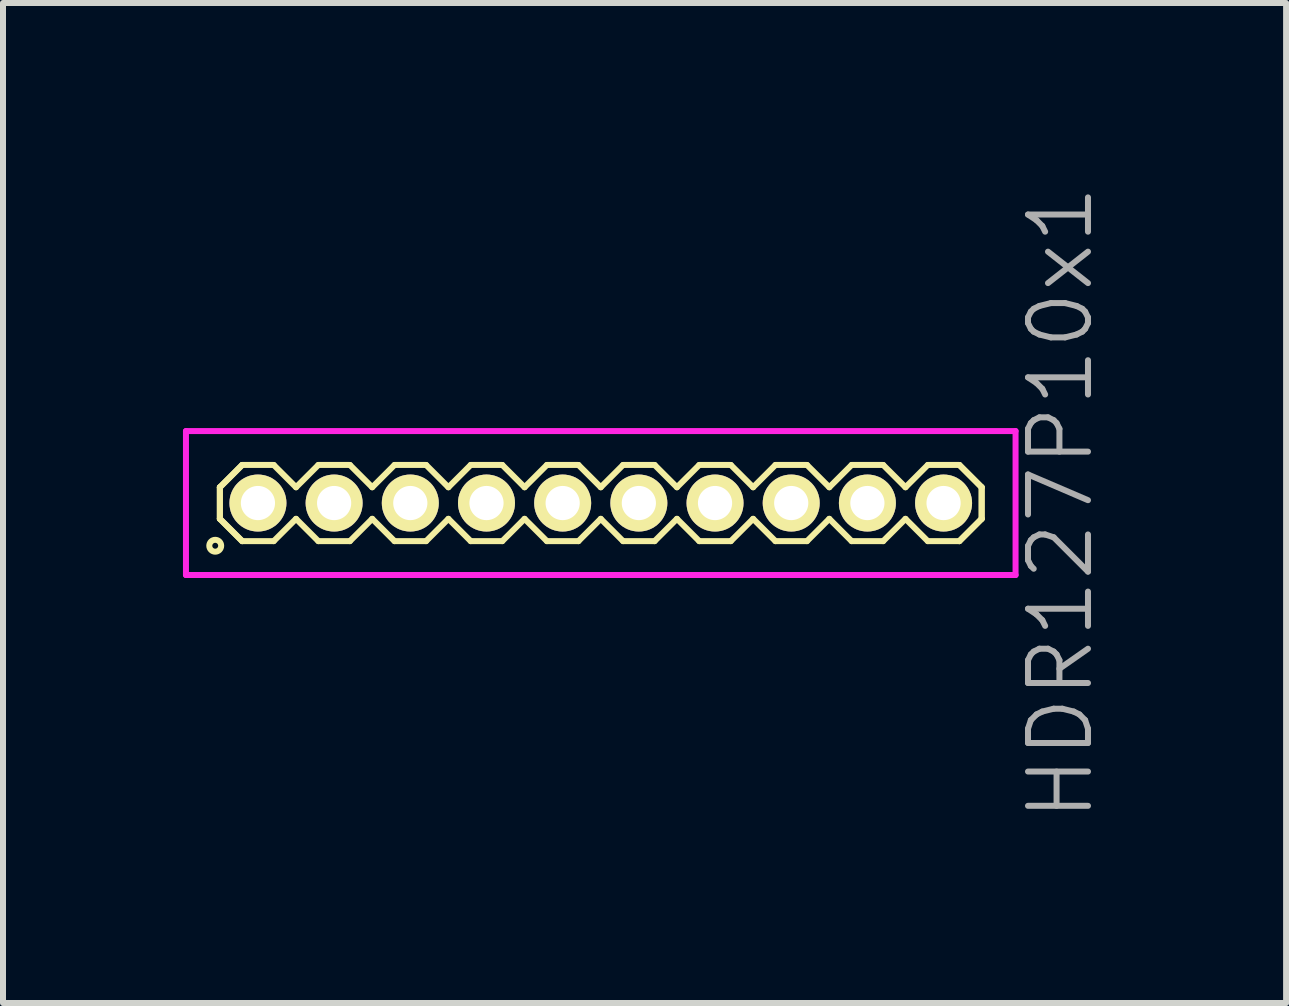
<source format=kicad_pcb>
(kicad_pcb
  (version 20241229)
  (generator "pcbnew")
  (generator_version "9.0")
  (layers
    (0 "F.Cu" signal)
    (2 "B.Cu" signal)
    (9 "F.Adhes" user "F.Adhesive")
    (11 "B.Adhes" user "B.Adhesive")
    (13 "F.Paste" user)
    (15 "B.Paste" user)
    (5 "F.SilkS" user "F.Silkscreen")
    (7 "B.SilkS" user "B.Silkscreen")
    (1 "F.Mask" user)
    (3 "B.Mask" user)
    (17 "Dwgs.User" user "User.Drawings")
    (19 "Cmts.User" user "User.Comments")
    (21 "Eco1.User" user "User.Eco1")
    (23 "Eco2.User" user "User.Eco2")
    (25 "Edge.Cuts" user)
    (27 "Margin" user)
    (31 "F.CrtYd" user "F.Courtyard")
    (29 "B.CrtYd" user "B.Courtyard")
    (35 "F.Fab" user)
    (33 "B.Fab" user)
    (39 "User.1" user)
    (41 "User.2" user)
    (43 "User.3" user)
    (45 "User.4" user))
  (footprint "HDR127P10x1"
    (layer "F.Cu")
    (at 6.965 5.336)
    (property "Reference" "HDR127P10x1" (at 7.665 0 90) (layer "F.Fab") (effects (font (size 1 1) (thickness 0.1))))
    (attr through_hole)
    (fp_line (start -6.35 -0.263) (end -5.978 -0.635) (stroke (width 0.1) (type solid)) (layer "F.SilkS"))
    (fp_line (start -6.35 -0.263) (end -5.978 -0.635) (stroke (width 0.1) (type solid)) (layer "F.SilkS"))
    (fp_line (start -6.35 0.263) (end -6.35 -0.263) (stroke (width 0.1) (type solid)) (layer "F.SilkS"))
    (fp_line (start -6.35 0.263) (end -6.35 -0.263) (stroke (width 0.1) (type solid)) (layer "F.SilkS"))
    (fp_line (start -5.978 -0.635) (end -5.452 -0.635) (stroke (width 0.1) (type solid)) (layer "F.SilkS"))
    (fp_line (start -5.978 0.635) (end -6.35 0.263) (stroke (width 0.1) (type solid)) (layer "F.SilkS"))
    (fp_line (start -5.978 0.635) (end -6.35 0.263) (stroke (width 0.1) (type solid)) (layer "F.SilkS"))
    (fp_line (start -5.452 -0.635) (end -5.08 -0.263) (stroke (width 0.1) (type solid)) (layer "F.SilkS"))
    (fp_line (start -5.452 0.635) (end -5.978 0.635) (stroke (width 0.1) (type solid)) (layer "F.SilkS"))
    (fp_line (start -5.08 -0.263) (end -4.708 -0.635) (stroke (width 0.1) (type solid)) (layer "F.SilkS"))
    (fp_line (start -5.08 0.263) (end -5.452 0.635) (stroke (width 0.1) (type solid)) (layer "F.SilkS"))
    (fp_line (start -4.708 -0.635) (end -4.182 -0.635) (stroke (width 0.1) (type solid)) (layer "F.SilkS"))
    (fp_line (start -4.708 0.635) (end -5.08 0.263) (stroke (width 0.1) (type solid)) (layer "F.SilkS"))
    (fp_line (start -4.182 -0.635) (end -3.81 -0.263) (stroke (width 0.1) (type solid)) (layer "F.SilkS"))
    (fp_line (start -4.182 0.635) (end -4.708 0.635) (stroke (width 0.1) (type solid)) (layer "F.SilkS"))
    (fp_line (start -3.81 -0.263) (end -3.438 -0.635) (stroke (width 0.1) (type solid)) (layer "F.SilkS"))
    (fp_line (start -3.81 0.263) (end -4.182 0.635) (stroke (width 0.1) (type solid)) (layer "F.SilkS"))
    (fp_line (start -3.438 -0.635) (end -2.912 -0.635) (stroke (width 0.1) (type solid)) (layer "F.SilkS"))
    (fp_line (start -3.438 0.635) (end -3.81 0.263) (stroke (width 0.1) (type solid)) (layer "F.SilkS"))
    (fp_line (start -2.912 -0.635) (end -2.54 -0.263) (stroke (width 0.1) (type solid)) (layer "F.SilkS"))
    (fp_line (start -2.912 0.635) (end -3.438 0.635) (stroke (width 0.1) (type solid)) (layer "F.SilkS"))
    (fp_line (start -2.54 -0.263) (end -2.168 -0.635) (stroke (width 0.1) (type solid)) (layer "F.SilkS"))
    (fp_line (start -2.54 0.263) (end -2.912 0.635) (stroke (width 0.1) (type solid)) (layer "F.SilkS"))
    (fp_line (start -2.168 -0.635) (end -1.642 -0.635) (stroke (width 0.1) (type solid)) (layer "F.SilkS"))
    (fp_line (start -2.168 0.635) (end -2.54 0.263) (stroke (width 0.1) (type solid)) (layer "F.SilkS"))
    (fp_line (start -1.642 -0.635) (end -1.27 -0.263) (stroke (width 0.1) (type solid)) (layer "F.SilkS"))
    (fp_line (start -1.642 0.635) (end -2.168 0.635) (stroke (width 0.1) (type solid)) (layer "F.SilkS"))
    (fp_line (start -1.27 -0.263) (end -0.898 -0.635) (stroke (width 0.1) (type solid)) (layer "F.SilkS"))
    (fp_line (start -1.27 0.263) (end -1.642 0.635) (stroke (width 0.1) (type solid)) (layer "F.SilkS"))
    (fp_line (start -0.898 -0.635) (end -0.372 -0.635) (stroke (width 0.1) (type solid)) (layer "F.SilkS"))
    (fp_line (start -0.898 0.635) (end -1.27 0.263) (stroke (width 0.1) (type solid)) (layer "F.SilkS"))
    (fp_line (start -0.372 -0.635) (end 0 -0.263) (stroke (width 0.1) (type solid)) (layer "F.SilkS"))
    (fp_line (start -0.372 0.635) (end -0.898 0.635) (stroke (width 0.1) (type solid)) (layer "F.SilkS"))
    (fp_line (start 0 -0.263) (end 0.372 -0.635) (stroke (width 0.1) (type solid)) (layer "F.SilkS"))
    (fp_line (start 0 0.263) (end -0.372 0.635) (stroke (width 0.1) (type solid)) (layer "F.SilkS"))
    (fp_line (start 0.372 -0.635) (end 0.898 -0.635) (stroke (width 0.1) (type solid)) (layer "F.SilkS"))
    (fp_line (start 0.372 0.635) (end 0 0.263) (stroke (width 0.1) (type solid)) (layer "F.SilkS"))
    (fp_line (start 0.898 -0.635) (end 1.27 -0.263) (stroke (width 0.1) (type solid)) (layer "F.SilkS"))
    (fp_line (start 0.898 0.635) (end 0.372 0.635) (stroke (width 0.1) (type solid)) (layer "F.SilkS"))
    (fp_line (start 1.27 -0.263) (end 1.642 -0.635) (stroke (width 0.1) (type solid)) (layer "F.SilkS"))
    (fp_line (start 1.27 0.263) (end 0.898 0.635) (stroke (width 0.1) (type solid)) (layer "F.SilkS"))
    (fp_line (start 1.642 -0.635) (end 2.168 -0.635) (stroke (width 0.1) (type solid)) (layer "F.SilkS"))
    (fp_line (start 1.642 0.635) (end 1.27 0.263) (stroke (width 0.1) (type solid)) (layer "F.SilkS"))
    (fp_line (start 2.168 -0.635) (end 2.54 -0.263) (stroke (width 0.1) (type solid)) (layer "F.SilkS"))
    (fp_line (start 2.168 0.635) (end 1.642 0.635) (stroke (width 0.1) (type solid)) (layer "F.SilkS"))
    (fp_line (start 2.54 -0.263) (end 2.912 -0.635) (stroke (width 0.1) (type solid)) (layer "F.SilkS"))
    (fp_line (start 2.54 0.263) (end 2.168 0.635) (stroke (width 0.1) (type solid)) (layer "F.SilkS"))
    (fp_line (start 2.912 -0.635) (end 3.438 -0.635) (stroke (width 0.1) (type solid)) (layer "F.SilkS"))
    (fp_line (start 2.912 0.635) (end 2.54 0.263) (stroke (width 0.1) (type solid)) (layer "F.SilkS"))
    (fp_line (start 3.438 -0.635) (end 3.81 -0.263) (stroke (width 0.1) (type solid)) (layer "F.SilkS"))
    (fp_line (start 3.438 0.635) (end 2.912 0.635) (stroke (width 0.1) (type solid)) (layer "F.SilkS"))
    (fp_line (start 3.81 -0.263) (end 4.182 -0.635) (stroke (width 0.1) (type solid)) (layer "F.SilkS"))
    (fp_line (start 3.81 0.263) (end 3.438 0.635) (stroke (width 0.1) (type solid)) (layer "F.SilkS"))
    (fp_line (start 4.182 -0.635) (end 4.708 -0.635) (stroke (width 0.1) (type solid)) (layer "F.SilkS"))
    (fp_line (start 4.182 0.635) (end 3.81 0.263) (stroke (width 0.1) (type solid)) (layer "F.SilkS"))
    (fp_line (start 4.708 -0.635) (end 5.08 -0.263) (stroke (width 0.1) (type solid)) (layer "F.SilkS"))
    (fp_line (start 4.708 0.635) (end 4.182 0.635) (stroke (width 0.1) (type solid)) (layer "F.SilkS"))
    (fp_line (start 5.08 -0.263) (end 5.452 -0.635) (stroke (width 0.1) (type solid)) (layer "F.SilkS"))
    (fp_line (start 5.08 0.263) (end 4.708 0.635) (stroke (width 0.1) (type solid)) (layer "F.SilkS"))
    (fp_line (start 5.452 -0.635) (end 5.978 -0.635) (stroke (width 0.1) (type solid)) (layer "F.SilkS"))
    (fp_line (start 5.452 0.635) (end 5.08 0.263) (stroke (width 0.1) (type solid)) (layer "F.SilkS"))
    (fp_line (start 5.978 -0.635) (end 6.35 -0.263) (stroke (width 0.1) (type solid)) (layer "F.SilkS"))
    (fp_line (start 5.978 -0.635) (end 6.35 -0.263) (stroke (width 0.1) (type solid)) (layer "F.SilkS"))
    (fp_line (start 5.978 0.635) (end 5.452 0.635) (stroke (width 0.1) (type solid)) (layer "F.SilkS"))
    (fp_line (start 6.35 -0.263) (end 6.35 0.263) (stroke (width 0.1) (type solid)) (layer "F.SilkS"))
    (fp_line (start 6.35 -0.263) (end 6.35 0.263) (stroke (width 0.1) (type solid)) (layer "F.SilkS"))
    (fp_line (start 6.35 0.263) (end 5.978 0.635) (stroke (width 0.1) (type solid)) (layer "F.SilkS"))
    (fp_line (start 6.35 0.263) (end 5.978 0.635) (stroke (width 0.1) (type solid)) (layer "F.SilkS"))
    (fp_circle (center -6.427 0.712) (end -6.328 0.712) (stroke (width 0.1) (type solid)) (fill no) (layer "F.SilkS"))
    (fp_line (start -6.915 -1.2) (end -6.915 1.2) (stroke (width 0.1) (type solid)) (layer "F.CrtYd"))
    (fp_line (start -6.915 1.2) (end 6.915 1.2) (stroke (width 0.1) (type solid)) (layer "F.CrtYd"))
    (fp_line (start 6.915 -1.2) (end -6.915 -1.2) (stroke (width 0.1) (type solid)) (layer "F.CrtYd"))
    (fp_line (start 6.915 1.2) (end 6.915 -1.2) (stroke (width 0.1) (type solid)) (layer "F.CrtYd"))
    (pad "1" thru_hole oval (at -5.715 0) (size 0.95 0.95) (drill 0.57) (layers "*.Cu" "*.Mask" "F.SilkS"))
    (pad "2" thru_hole oval (at -4.445 0) (size 0.95 0.95) (drill 0.57) (layers "*.Cu" "*.Mask" "F.SilkS"))
    (pad "3" thru_hole oval (at -3.175 0) (size 0.95 0.95) (drill 0.57) (layers "*.Cu" "*.Mask" "F.SilkS"))
    (pad "4" thru_hole oval (at -1.905 0) (size 0.95 0.95) (drill 0.57) (layers "*.Cu" "*.Mask" "F.SilkS"))
    (pad "5" thru_hole oval (at -0.635 0) (size 0.95 0.95) (drill 0.57) (layers "*.Cu" "*.Mask" "F.SilkS"))
    (pad "6" thru_hole oval (at 0.635 0) (size 0.95 0.95) (drill 0.57) (layers "*.Cu" "*.Mask" "F.SilkS"))
    (pad "7" thru_hole oval (at 1.905 0) (size 0.95 0.95) (drill 0.57) (layers "*.Cu" "*.Mask" "F.SilkS"))
    (pad "8" thru_hole oval (at 3.175 0) (size 0.95 0.95) (drill 0.57) (layers "*.Cu" "*.Mask" "F.SilkS"))
    (pad "9" thru_hole oval (at 4.445 0) (size 0.95 0.95) (drill 0.57) (layers "*.Cu" "*.Mask" "F.SilkS"))
    (pad "10" thru_hole oval (at 5.715 0) (size 0.95 0.95) (drill 0.57) (layers "*.Cu" "*.Mask" "F.SilkS")))
  (gr_rect
    (start -3 -3)
    (end 18.39 13.671)
    (stroke (width 0.1) (type default))
    (fill no)
    (layer "Edge.Cuts")))
</source>
